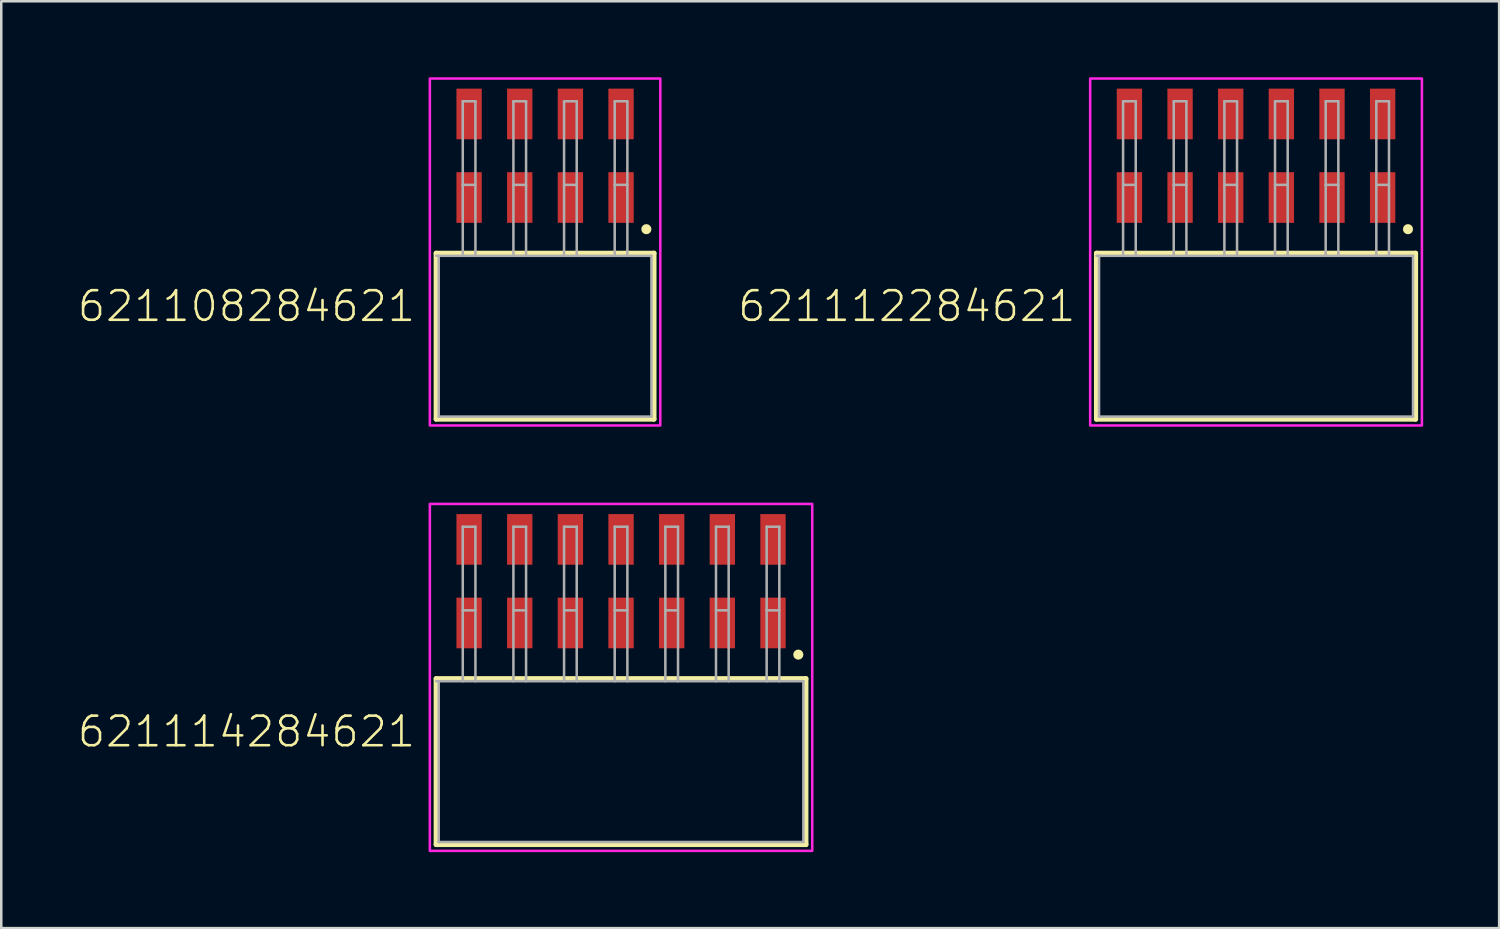
<source format=kicad_pcb>
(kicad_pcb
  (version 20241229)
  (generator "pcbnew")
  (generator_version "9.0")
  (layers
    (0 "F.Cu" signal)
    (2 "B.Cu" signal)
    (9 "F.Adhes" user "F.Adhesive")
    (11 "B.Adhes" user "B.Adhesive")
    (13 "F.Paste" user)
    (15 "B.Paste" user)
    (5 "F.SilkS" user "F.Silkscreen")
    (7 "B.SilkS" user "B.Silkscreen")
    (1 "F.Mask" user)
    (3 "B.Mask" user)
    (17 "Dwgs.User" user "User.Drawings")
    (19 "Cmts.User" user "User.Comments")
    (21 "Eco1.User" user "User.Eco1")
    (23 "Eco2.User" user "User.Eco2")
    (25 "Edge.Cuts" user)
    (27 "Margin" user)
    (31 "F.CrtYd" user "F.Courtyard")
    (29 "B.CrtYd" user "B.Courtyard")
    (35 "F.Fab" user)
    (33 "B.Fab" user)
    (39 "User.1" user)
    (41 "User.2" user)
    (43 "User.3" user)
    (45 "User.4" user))
  (footprint "621114284621"
    (layer "F.Cu")
    (at 21.474 27.025)
    (property "Reference" "621114284621" (at -8.05 -0.5 0) (unlocked yes) (layer "F.SilkS") (effects (font (size 1.168 1.168) (thickness 0.102)) (justify right bottom)))
    (fp_line (start -7.3 -3.275) (end 7.3 -3.275) (stroke (width 0.2) (type solid)) (layer "F.SilkS"))
    (fp_line (start -7.3 3.275) (end -7.3 -3.275) (stroke (width 0.2) (type solid)) (layer "F.SilkS"))
    (fp_line (start 7.3 -3.275) (end 7.3 3.275) (stroke (width 0.2) (type solid)) (layer "F.SilkS"))
    (fp_line (start 7.3 3.275) (end -7.3 3.275) (stroke (width 0.2) (type solid)) (layer "F.SilkS"))
    (fp_circle (center 7 -4.225) (end 7.1 -4.225) (stroke (width 0.2) (type solid)) (fill no) (layer "F.SilkS"))
    (fp_poly (pts (xy 7.55 3.525) (xy -7.55 3.525) (xy -7.55 -10.175) (xy 7.55 -10.175)) (stroke (width 0.1) (type default)) (fill no) (layer "F.CrtYd"))
    (fp_line (start -7.2 -3.175) (end -7.3 -3.175) (stroke (width 0.1) (type solid)) (layer "F.Fab"))
    (fp_line (start -7.2 -3.175) (end 7.2 -3.175) (stroke (width 0.1) (type solid)) (layer "F.Fab"))
    (fp_line (start -7.2 3.175) (end -7.2 -3.175) (stroke (width 0.1) (type solid)) (layer "F.Fab"))
    (fp_line (start -6.25 -9.275) (end -6.25 -5.975) (stroke (width 0.1) (type solid)) (layer "F.Fab"))
    (fp_line (start -6.25 -5.975) (end -6.25 -3.175) (stroke (width 0.1) (type solid)) (layer "F.Fab"))
    (fp_line (start -6.25 -5.975) (end -5.75 -5.975) (stroke (width 0.1) (type solid)) (layer "F.Fab"))
    (fp_line (start -5.75 -9.275) (end -6.25 -9.275) (stroke (width 0.1) (type solid)) (layer "F.Fab"))
    (fp_line (start -5.75 -6.025) (end -5.75 -9.275) (stroke (width 0.1) (type solid)) (layer "F.Fab"))
    (fp_line (start -5.75 -5.975) (end -5.75 -3.175) (stroke (width 0.1) (type solid)) (layer "F.Fab"))
    (fp_line (start -4.25 -9.275) (end -4.25 -5.975) (stroke (width 0.1) (type solid)) (layer "F.Fab"))
    (fp_line (start -4.25 -5.975) (end -4.25 -3.175) (stroke (width 0.1) (type solid)) (layer "F.Fab"))
    (fp_line (start -4.25 -5.975) (end -3.75 -5.975) (stroke (width 0.1) (type solid)) (layer "F.Fab"))
    (fp_line (start -3.75 -9.275) (end -4.25 -9.275) (stroke (width 0.1) (type solid)) (layer "F.Fab"))
    (fp_line (start -3.75 -6.025) (end -3.75 -9.275) (stroke (width 0.1) (type solid)) (layer "F.Fab"))
    (fp_line (start -3.75 -5.975) (end -3.75 -3.175) (stroke (width 0.1) (type solid)) (layer "F.Fab"))
    (fp_line (start -2.25 -9.275) (end -2.25 -5.975) (stroke (width 0.1) (type solid)) (layer "F.Fab"))
    (fp_line (start -2.25 -5.975) (end -2.25 -3.175) (stroke (width 0.1) (type solid)) (layer "F.Fab"))
    (fp_line (start -2.25 -5.975) (end -1.75 -5.975) (stroke (width 0.1) (type solid)) (layer "F.Fab"))
    (fp_line (start -1.75 -9.275) (end -2.25 -9.275) (stroke (width 0.1) (type solid)) (layer "F.Fab"))
    (fp_line (start -1.75 -6.025) (end -1.75 -9.275) (stroke (width 0.1) (type solid)) (layer "F.Fab"))
    (fp_line (start -1.75 -5.975) (end -1.75 -3.175) (stroke (width 0.1) (type solid)) (layer "F.Fab"))
    (fp_line (start -0.25 -9.275) (end -0.25 -5.975) (stroke (width 0.1) (type solid)) (layer "F.Fab"))
    (fp_line (start -0.25 -5.975) (end -0.25 -3.175) (stroke (width 0.1) (type solid)) (layer "F.Fab"))
    (fp_line (start -0.25 -5.975) (end 0.25 -5.975) (stroke (width 0.1) (type solid)) (layer "F.Fab"))
    (fp_line (start 0.25 -9.275) (end -0.25 -9.275) (stroke (width 0.1) (type solid)) (layer "F.Fab"))
    (fp_line (start 0.25 -6.025) (end 0.25 -9.275) (stroke (width 0.1) (type solid)) (layer "F.Fab"))
    (fp_line (start 0.25 -5.975) (end 0.25 -3.175) (stroke (width 0.1) (type solid)) (layer "F.Fab"))
    (fp_line (start 1.75 -9.275) (end 1.75 -5.975) (stroke (width 0.1) (type solid)) (layer "F.Fab"))
    (fp_line (start 1.75 -5.975) (end 1.75 -3.175) (stroke (width 0.1) (type solid)) (layer "F.Fab"))
    (fp_line (start 1.75 -5.975) (end 2.25 -5.975) (stroke (width 0.1) (type solid)) (layer "F.Fab"))
    (fp_line (start 2.25 -9.275) (end 1.75 -9.275) (stroke (width 0.1) (type solid)) (layer "F.Fab"))
    (fp_line (start 2.25 -6.025) (end 2.25 -9.275) (stroke (width 0.1) (type solid)) (layer "F.Fab"))
    (fp_line (start 2.25 -5.975) (end 2.25 -3.175) (stroke (width 0.1) (type solid)) (layer "F.Fab"))
    (fp_line (start 3.75 -9.275) (end 3.75 -5.975) (stroke (width 0.1) (type solid)) (layer "F.Fab"))
    (fp_line (start 3.75 -5.975) (end 3.75 -3.175) (stroke (width 0.1) (type solid)) (layer "F.Fab"))
    (fp_line (start 3.75 -5.975) (end 4.25 -5.975) (stroke (width 0.1) (type solid)) (layer "F.Fab"))
    (fp_line (start 4.25 -9.275) (end 3.75 -9.275) (stroke (width 0.1) (type solid)) (layer "F.Fab"))
    (fp_line (start 4.25 -6.025) (end 4.25 -9.275) (stroke (width 0.1) (type solid)) (layer "F.Fab"))
    (fp_line (start 4.25 -5.975) (end 4.25 -3.175) (stroke (width 0.1) (type solid)) (layer "F.Fab"))
    (fp_line (start 5.75 -9.275) (end 5.75 -5.975) (stroke (width 0.1) (type solid)) (layer "F.Fab"))
    (fp_line (start 5.75 -5.975) (end 5.75 -3.175) (stroke (width 0.1) (type solid)) (layer "F.Fab"))
    (fp_line (start 5.75 -5.975) (end 6.25 -5.975) (stroke (width 0.1) (type solid)) (layer "F.Fab"))
    (fp_line (start 6.25 -9.275) (end 5.75 -9.275) (stroke (width 0.1) (type solid)) (layer "F.Fab"))
    (fp_line (start 6.25 -6.025) (end 6.25 -9.275) (stroke (width 0.1) (type solid)) (layer "F.Fab"))
    (fp_line (start 6.25 -5.975) (end 6.25 -3.175) (stroke (width 0.1) (type solid)) (layer "F.Fab"))
    (fp_line (start 7.2 -3.175) (end 7.2 3.175) (stroke (width 0.1) (type solid)) (layer "F.Fab"))
    (fp_line (start 7.2 3.175) (end -7.2 3.175) (stroke (width 0.1) (type solid)) (layer "F.Fab"))
    (pad "1" smd rect (at 6 -5.475 90) (size 2 1) (layers "F.Cu" "F.Mask" "F.Paste"))
    (pad "2" smd rect (at 6 -8.775 90) (size 2 1) (layers "F.Cu" "F.Mask" "F.Paste"))
    (pad "3" smd rect (at 4 -5.475 90) (size 2 1) (layers "F.Cu" "F.Mask" "F.Paste"))
    (pad "4" smd rect (at 4 -8.775 90) (size 2 1) (layers "F.Cu" "F.Mask" "F.Paste"))
    (pad "5" smd rect (at 2 -5.475 90) (size 2 1) (layers "F.Cu" "F.Mask" "F.Paste"))
    (pad "6" smd rect (at 2 -8.775 90) (size 2 1) (layers "F.Cu" "F.Mask" "F.Paste"))
    (pad "7" smd rect (at 0 -5.475 90) (size 2 1) (layers "F.Cu" "F.Mask" "F.Paste"))
    (pad "8" smd rect (at 0 -8.775 90) (size 2 1) (layers "F.Cu" "F.Mask" "F.Paste"))
    (pad "9" smd rect (at -2 -5.475 90) (size 2 1) (layers "F.Cu" "F.Mask" "F.Paste"))
    (pad "10" smd rect (at -2 -8.775 90) (size 2 1) (layers "F.Cu" "F.Mask" "F.Paste"))
    (pad "11" smd rect (at -4 -5.475 90) (size 2 1) (layers "F.Cu" "F.Mask" "F.Paste"))
    (pad "12" smd rect (at -4 -8.775 90) (size 2 1) (layers "F.Cu" "F.Mask" "F.Paste"))
    (pad "13" smd rect (at -6 -5.475 90) (size 2 1) (layers "F.Cu" "F.Mask" "F.Paste"))
    (pad "14" smd rect (at -6 -8.775 90) (size 2 1) (layers "F.Cu" "F.Mask" "F.Paste")))
  (footprint "621112284621"
    (layer "F.Cu")
    (at 46.549 10.225)
    (property "Reference" "621112284621" (at -7.05 -0.5 0) (unlocked yes) (layer "F.SilkS") (effects (font (size 1.168 1.168) (thickness 0.102)) (justify right bottom)))
    (fp_line (start -6.3 -3.275) (end 6.3 -3.275) (stroke (width 0.2) (type solid)) (layer "F.SilkS"))
    (fp_line (start -6.3 3.275) (end -6.3 -3.275) (stroke (width 0.2) (type solid)) (layer "F.SilkS"))
    (fp_line (start 6.3 -3.275) (end 6.3 3.275) (stroke (width 0.2) (type solid)) (layer "F.SilkS"))
    (fp_line (start 6.3 3.275) (end -6.3 3.275) (stroke (width 0.2) (type solid)) (layer "F.SilkS"))
    (fp_circle (center 6 -4.225) (end 6.1 -4.225) (stroke (width 0.2) (type solid)) (fill no) (layer "F.SilkS"))
    (fp_poly (pts (xy 6.55 3.525) (xy -6.55 3.525) (xy -6.55 -10.175) (xy 6.55 -10.175)) (stroke (width 0.1) (type default)) (fill no) (layer "F.CrtYd"))
    (fp_line (start -6.2 -3.175) (end -6.3 -3.175) (stroke (width 0.1) (type solid)) (layer "F.Fab"))
    (fp_line (start -6.2 -3.175) (end 6.2 -3.175) (stroke (width 0.1) (type solid)) (layer "F.Fab"))
    (fp_line (start -6.2 3.175) (end -6.2 -3.175) (stroke (width 0.1) (type solid)) (layer "F.Fab"))
    (fp_line (start -5.25 -9.275) (end -5.25 -5.975) (stroke (width 0.1) (type solid)) (layer "F.Fab"))
    (fp_line (start -5.25 -5.975) (end -5.25 -3.175) (stroke (width 0.1) (type solid)) (layer "F.Fab"))
    (fp_line (start -5.25 -5.975) (end -4.75 -5.975) (stroke (width 0.1) (type solid)) (layer "F.Fab"))
    (fp_line (start -4.75 -9.275) (end -5.25 -9.275) (stroke (width 0.1) (type solid)) (layer "F.Fab"))
    (fp_line (start -4.75 -6.025) (end -4.75 -9.275) (stroke (width 0.1) (type solid)) (layer "F.Fab"))
    (fp_line (start -4.75 -5.975) (end -4.75 -3.175) (stroke (width 0.1) (type solid)) (layer "F.Fab"))
    (fp_line (start -3.25 -9.275) (end -3.25 -5.975) (stroke (width 0.1) (type solid)) (layer "F.Fab"))
    (fp_line (start -3.25 -5.975) (end -3.25 -3.175) (stroke (width 0.1) (type solid)) (layer "F.Fab"))
    (fp_line (start -3.25 -5.975) (end -2.75 -5.975) (stroke (width 0.1) (type solid)) (layer "F.Fab"))
    (fp_line (start -2.75 -9.275) (end -3.25 -9.275) (stroke (width 0.1) (type solid)) (layer "F.Fab"))
    (fp_line (start -2.75 -6.025) (end -2.75 -9.275) (stroke (width 0.1) (type solid)) (layer "F.Fab"))
    (fp_line (start -2.75 -5.975) (end -2.75 -3.175) (stroke (width 0.1) (type solid)) (layer "F.Fab"))
    (fp_line (start -1.25 -9.275) (end -1.25 -5.975) (stroke (width 0.1) (type solid)) (layer "F.Fab"))
    (fp_line (start -1.25 -5.975) (end -1.25 -3.175) (stroke (width 0.1) (type solid)) (layer "F.Fab"))
    (fp_line (start -1.25 -5.975) (end -0.75 -5.975) (stroke (width 0.1) (type solid)) (layer "F.Fab"))
    (fp_line (start -0.75 -9.275) (end -1.25 -9.275) (stroke (width 0.1) (type solid)) (layer "F.Fab"))
    (fp_line (start -0.75 -6.025) (end -0.75 -9.275) (stroke (width 0.1) (type solid)) (layer "F.Fab"))
    (fp_line (start -0.75 -5.975) (end -0.75 -3.175) (stroke (width 0.1) (type solid)) (layer "F.Fab"))
    (fp_line (start 0.75 -9.275) (end 0.75 -5.975) (stroke (width 0.1) (type solid)) (layer "F.Fab"))
    (fp_line (start 0.75 -5.975) (end 0.75 -3.175) (stroke (width 0.1) (type solid)) (layer "F.Fab"))
    (fp_line (start 0.75 -5.975) (end 1.25 -5.975) (stroke (width 0.1) (type solid)) (layer "F.Fab"))
    (fp_line (start 1.25 -9.275) (end 0.75 -9.275) (stroke (width 0.1) (type solid)) (layer "F.Fab"))
    (fp_line (start 1.25 -6.025) (end 1.25 -9.275) (stroke (width 0.1) (type solid)) (layer "F.Fab"))
    (fp_line (start 1.25 -5.975) (end 1.25 -3.175) (stroke (width 0.1) (type solid)) (layer "F.Fab"))
    (fp_line (start 2.75 -9.275) (end 2.75 -5.975) (stroke (width 0.1) (type solid)) (layer "F.Fab"))
    (fp_line (start 2.75 -5.975) (end 2.75 -3.175) (stroke (width 0.1) (type solid)) (layer "F.Fab"))
    (fp_line (start 2.75 -5.975) (end 3.25 -5.975) (stroke (width 0.1) (type solid)) (layer "F.Fab"))
    (fp_line (start 3.25 -9.275) (end 2.75 -9.275) (stroke (width 0.1) (type solid)) (layer "F.Fab"))
    (fp_line (start 3.25 -6.025) (end 3.25 -9.275) (stroke (width 0.1) (type solid)) (layer "F.Fab"))
    (fp_line (start 3.25 -5.975) (end 3.25 -3.175) (stroke (width 0.1) (type solid)) (layer "F.Fab"))
    (fp_line (start 4.75 -9.275) (end 4.75 -5.975) (stroke (width 0.1) (type solid)) (layer "F.Fab"))
    (fp_line (start 4.75 -5.975) (end 4.75 -3.175) (stroke (width 0.1) (type solid)) (layer "F.Fab"))
    (fp_line (start 4.75 -5.975) (end 5.25 -5.975) (stroke (width 0.1) (type solid)) (layer "F.Fab"))
    (fp_line (start 5.25 -9.275) (end 4.75 -9.275) (stroke (width 0.1) (type solid)) (layer "F.Fab"))
    (fp_line (start 5.25 -6.025) (end 5.25 -9.275) (stroke (width 0.1) (type solid)) (layer "F.Fab"))
    (fp_line (start 5.25 -5.975) (end 5.25 -3.175) (stroke (width 0.1) (type solid)) (layer "F.Fab"))
    (fp_line (start 6.2 -3.175) (end 6.2 3.175) (stroke (width 0.1) (type solid)) (layer "F.Fab"))
    (fp_line (start 6.2 3.175) (end -6.2 3.175) (stroke (width 0.1) (type solid)) (layer "F.Fab"))
    (pad "1" smd rect (at 5 -5.475 90) (size 2 1) (layers "F.Cu" "F.Mask" "F.Paste"))
    (pad "2" smd rect (at 5 -8.775 90) (size 2 1) (layers "F.Cu" "F.Mask" "F.Paste"))
    (pad "3" smd rect (at 3 -5.475 90) (size 2 1) (layers "F.Cu" "F.Mask" "F.Paste"))
    (pad "4" smd rect (at 3 -8.775 90) (size 2 1) (layers "F.Cu" "F.Mask" "F.Paste"))
    (pad "5" smd rect (at 1 -5.475 90) (size 2 1) (layers "F.Cu" "F.Mask" "F.Paste"))
    (pad "6" smd rect (at 1 -8.775 90) (size 2 1) (layers "F.Cu" "F.Mask" "F.Paste"))
    (pad "7" smd rect (at -1 -5.475 90) (size 2 1) (layers "F.Cu" "F.Mask" "F.Paste"))
    (pad "8" smd rect (at -1 -8.775 90) (size 2 1) (layers "F.Cu" "F.Mask" "F.Paste"))
    (pad "9" smd rect (at -3 -5.475 90) (size 2 1) (layers "F.Cu" "F.Mask" "F.Paste"))
    (pad "10" smd rect (at -3 -8.775 90) (size 2 1) (layers "F.Cu" "F.Mask" "F.Paste"))
    (pad "11" smd rect (at -5 -5.475 90) (size 2 1) (layers "F.Cu" "F.Mask" "F.Paste"))
    (pad "12" smd rect (at -5 -8.775 90) (size 2 1) (layers "F.Cu" "F.Mask" "F.Paste")))
  (footprint "621108284621"
    (layer "F.Cu")
    (at 18.474 10.225)
    (property "Reference" "621108284621" (at -5.05 -0.5 0) (unlocked yes) (layer "F.SilkS") (effects (font (size 1.168 1.168) (thickness 0.102)) (justify right bottom)))
    (fp_line (start -4.3 -3.275) (end 4.3 -3.275) (stroke (width 0.2) (type solid)) (layer "F.SilkS"))
    (fp_line (start -4.3 3.275) (end -4.3 -3.275) (stroke (width 0.2) (type solid)) (layer "F.SilkS"))
    (fp_line (start 4.3 -3.275) (end 4.3 3.275) (stroke (width 0.2) (type solid)) (layer "F.SilkS"))
    (fp_line (start 4.3 3.275) (end -4.3 3.275) (stroke (width 0.2) (type solid)) (layer "F.SilkS"))
    (fp_circle (center 4 -4.225) (end 4.1 -4.225) (stroke (width 0.2) (type solid)) (fill no) (layer "F.SilkS"))
    (fp_poly (pts (xy 4.55 3.525) (xy -4.55 3.525) (xy -4.55 -10.175) (xy 4.55 -10.175)) (stroke (width 0.1) (type default)) (fill no) (layer "F.CrtYd"))
    (fp_line (start -4.2 -3.175) (end -4.3 -3.175) (stroke (width 0.1) (type solid)) (layer "F.Fab"))
    (fp_line (start -4.2 -3.175) (end 4.2 -3.175) (stroke (width 0.1) (type solid)) (layer "F.Fab"))
    (fp_line (start -4.2 3.175) (end -4.2 -3.175) (stroke (width 0.1) (type solid)) (layer "F.Fab"))
    (fp_line (start -3.25 -9.275) (end -3.25 -5.975) (stroke (width 0.1) (type solid)) (layer "F.Fab"))
    (fp_line (start -3.25 -5.975) (end -3.25 -3.175) (stroke (width 0.1) (type solid)) (layer "F.Fab"))
    (fp_line (start -3.25 -5.975) (end -2.75 -5.975) (stroke (width 0.1) (type solid)) (layer "F.Fab"))
    (fp_line (start -2.75 -9.275) (end -3.25 -9.275) (stroke (width 0.1) (type solid)) (layer "F.Fab"))
    (fp_line (start -2.75 -6.025) (end -2.75 -9.275) (stroke (width 0.1) (type solid)) (layer "F.Fab"))
    (fp_line (start -2.75 -5.975) (end -2.75 -3.175) (stroke (width 0.1) (type solid)) (layer "F.Fab"))
    (fp_line (start -1.25 -9.275) (end -1.25 -5.975) (stroke (width 0.1) (type solid)) (layer "F.Fab"))
    (fp_line (start -1.25 -5.975) (end -1.25 -3.175) (stroke (width 0.1) (type solid)) (layer "F.Fab"))
    (fp_line (start -1.25 -5.975) (end -0.75 -5.975) (stroke (width 0.1) (type solid)) (layer "F.Fab"))
    (fp_line (start -0.75 -9.275) (end -1.25 -9.275) (stroke (width 0.1) (type solid)) (layer "F.Fab"))
    (fp_line (start -0.75 -6.025) (end -0.75 -9.275) (stroke (width 0.1) (type solid)) (layer "F.Fab"))
    (fp_line (start -0.75 -5.975) (end -0.75 -3.175) (stroke (width 0.1) (type solid)) (layer "F.Fab"))
    (fp_line (start 0.75 -9.275) (end 0.75 -5.975) (stroke (width 0.1) (type solid)) (layer "F.Fab"))
    (fp_line (start 0.75 -5.975) (end 0.75 -3.175) (stroke (width 0.1) (type solid)) (layer "F.Fab"))
    (fp_line (start 0.75 -5.975) (end 1.25 -5.975) (stroke (width 0.1) (type solid)) (layer "F.Fab"))
    (fp_line (start 1.25 -9.275) (end 0.75 -9.275) (stroke (width 0.1) (type solid)) (layer "F.Fab"))
    (fp_line (start 1.25 -6.025) (end 1.25 -9.275) (stroke (width 0.1) (type solid)) (layer "F.Fab"))
    (fp_line (start 1.25 -5.975) (end 1.25 -3.175) (stroke (width 0.1) (type solid)) (layer "F.Fab"))
    (fp_line (start 2.75 -9.275) (end 2.75 -5.975) (stroke (width 0.1) (type solid)) (layer "F.Fab"))
    (fp_line (start 2.75 -5.975) (end 2.75 -3.175) (stroke (width 0.1) (type solid)) (layer "F.Fab"))
    (fp_line (start 2.75 -5.975) (end 3.25 -5.975) (stroke (width 0.1) (type solid)) (layer "F.Fab"))
    (fp_line (start 3.25 -9.275) (end 2.75 -9.275) (stroke (width 0.1) (type solid)) (layer "F.Fab"))
    (fp_line (start 3.25 -6.025) (end 3.25 -9.275) (stroke (width 0.1) (type solid)) (layer "F.Fab"))
    (fp_line (start 3.25 -5.975) (end 3.25 -3.175) (stroke (width 0.1) (type solid)) (layer "F.Fab"))
    (fp_line (start 4.2 -3.175) (end 4.2 3.175) (stroke (width 0.1) (type solid)) (layer "F.Fab"))
    (fp_line (start 4.2 3.175) (end -4.2 3.175) (stroke (width 0.1) (type solid)) (layer "F.Fab"))
    (pad "1" smd rect (at 3 -5.475 90) (size 2 1) (layers "F.Cu" "F.Mask" "F.Paste"))
    (pad "2" smd rect (at 3 -8.775 90) (size 2 1) (layers "F.Cu" "F.Mask" "F.Paste"))
    (pad "3" smd rect (at 1 -5.475 90) (size 2 1) (layers "F.Cu" "F.Mask" "F.Paste"))
    (pad "4" smd rect (at 1 -8.775 90) (size 2 1) (layers "F.Cu" "F.Mask" "F.Paste"))
    (pad "5" smd rect (at -1 -5.475 90) (size 2 1) (layers "F.Cu" "F.Mask" "F.Paste"))
    (pad "6" smd rect (at -1 -8.775 90) (size 2 1) (layers "F.Cu" "F.Mask" "F.Paste"))
    (pad "7" smd rect (at -3 -5.475 90) (size 2 1) (layers "F.Cu" "F.Mask" "F.Paste"))
    (pad "8" smd rect (at -3 -8.775 90) (size 2 1) (layers "F.Cu" "F.Mask" "F.Paste")))
  (gr_rect
    (start -3 -3)
    (end 56.149 33.6)
    (stroke (width 0.1) (type default))
    (fill no)
    (layer "Edge.Cuts")))
</source>
